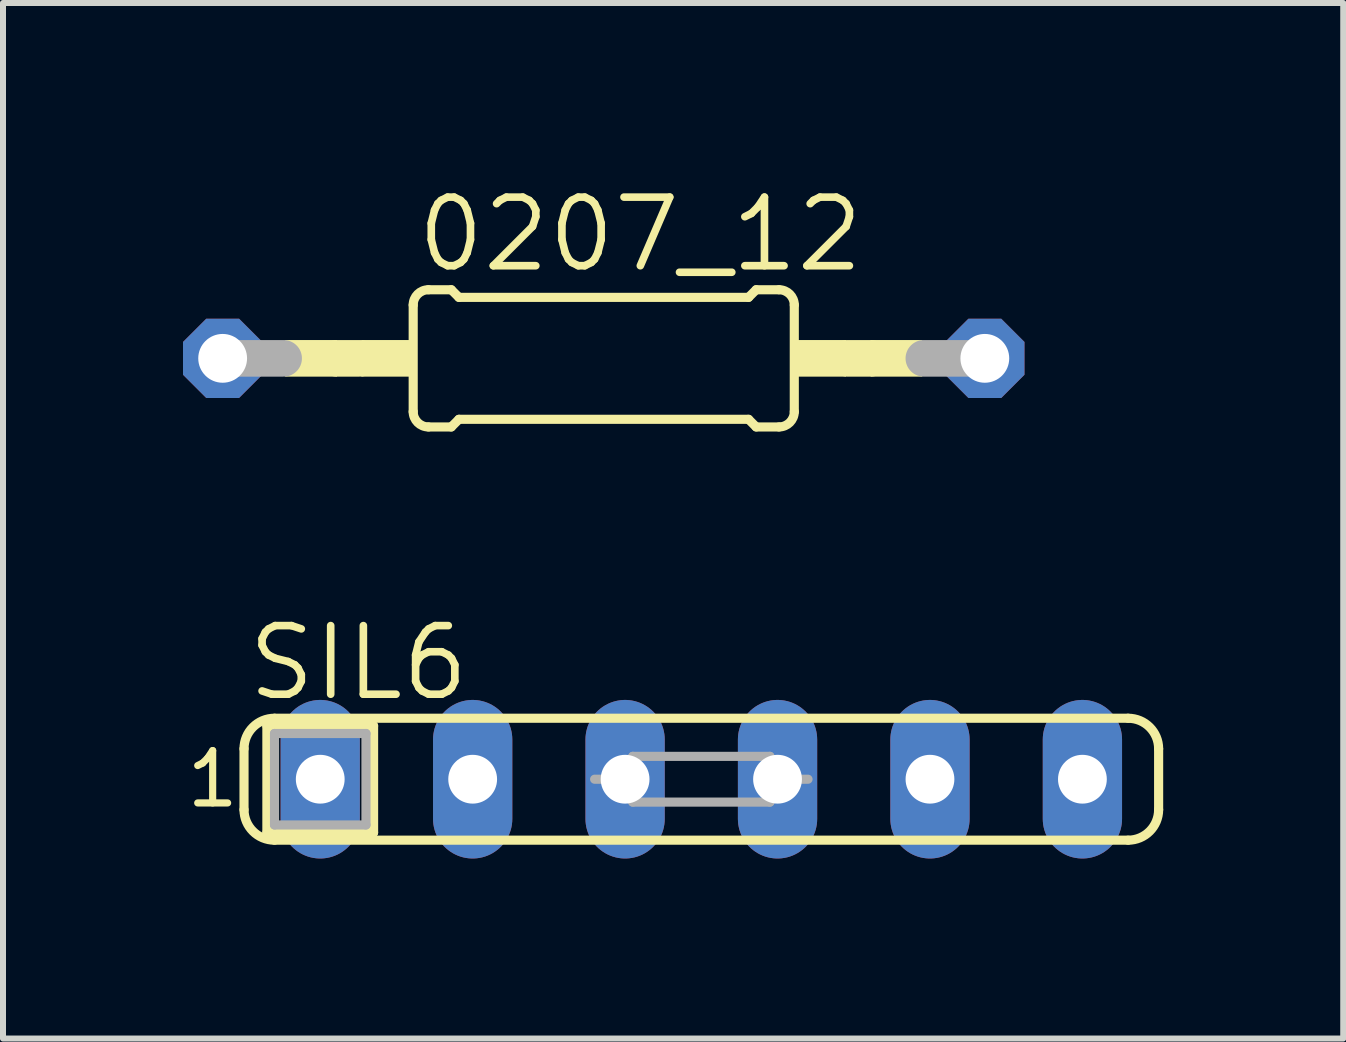
<source format=kicad_pcb>
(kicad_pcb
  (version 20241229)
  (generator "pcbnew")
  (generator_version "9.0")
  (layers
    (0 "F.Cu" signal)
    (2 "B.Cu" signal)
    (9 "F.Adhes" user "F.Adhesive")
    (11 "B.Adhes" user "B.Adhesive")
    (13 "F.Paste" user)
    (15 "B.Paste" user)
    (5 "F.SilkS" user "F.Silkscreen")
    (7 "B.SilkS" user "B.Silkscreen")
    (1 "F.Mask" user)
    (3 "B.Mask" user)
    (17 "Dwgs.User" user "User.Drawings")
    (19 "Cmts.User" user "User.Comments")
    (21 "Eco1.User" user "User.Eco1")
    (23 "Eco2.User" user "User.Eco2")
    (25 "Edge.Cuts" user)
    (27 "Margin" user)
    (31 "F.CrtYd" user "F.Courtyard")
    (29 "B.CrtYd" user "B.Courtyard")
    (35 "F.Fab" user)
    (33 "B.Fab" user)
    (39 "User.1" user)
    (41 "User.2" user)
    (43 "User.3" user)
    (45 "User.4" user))
  (footprint "SIL6"
    (layer "F.Cu")
    (at 8.636 9.934)
    (property "Reference" "SIL6" (at -7.62 -1.27 0) (layer "F.SilkS") (effects (font (size 1.143 1.143) (thickness 0.127)) (justify left bottom)))
    (fp_line (start -7.62 -0.508) (end -7.62 0.508) (stroke (width 0.152) (type solid)) (layer "F.SilkS"))
    (fp_line (start -7.239 -0.889) (end -7.239 0.889) (stroke (width 0.152) (type solid)) (layer "F.SilkS"))
    (fp_line (start -7.112 -1.016) (end 7.112 -1.016) (stroke (width 0.152) (type solid)) (layer "F.SilkS"))
    (fp_line (start -7.112 1.016) (end 7.112 1.016) (stroke (width 0.152) (type solid)) (layer "F.SilkS"))
    (fp_line (start -5.461 -0.889) (end -7.239 -0.889) (stroke (width 0.152) (type solid)) (layer "F.SilkS"))
    (fp_line (start -5.461 -0.889) (end -5.461 0.889) (stroke (width 0.152) (type solid)) (layer "F.SilkS"))
    (fp_line (start -5.461 0.889) (end -7.239 0.889) (stroke (width 0.152) (type solid)) (layer "F.SilkS"))
    (fp_line (start 7.62 -0.508) (end 7.62 0.508) (stroke (width 0.152) (type solid)) (layer "F.SilkS"))
    (fp_arc (start -7.62 -0.508) (mid -7.47121 -0.86721) (end -7.111999 -1.015999) (stroke (width 0.1524) (type solid)) (layer "F.SilkS"))
    (fp_arc (start -7.111999 1.015999) (mid -7.47121 0.86721) (end -7.62 0.508) (stroke (width 0.1524) (type solid)) (layer "F.SilkS"))
    (fp_arc (start 7.112 -1.016) (mid 7.471211 -0.86721) (end 7.620001 -0.507999) (stroke (width 0.1524) (type solid)) (layer "F.SilkS"))
    (fp_arc (start 7.620001 0.507999) (mid 7.471211 0.86721) (end 7.112 1.016) (stroke (width 0.1524) (type solid)) (layer "F.SilkS"))
    (fp_line (start -7.112 -0.762) (end -5.588 -0.762) (stroke (width 0.152) (type solid)) (layer "F.Fab"))
    (fp_line (start -7.112 0.762) (end -7.112 -0.762) (stroke (width 0.152) (type solid)) (layer "F.Fab"))
    (fp_line (start -5.588 -0.762) (end -5.588 0.762) (stroke (width 0.152) (type solid)) (layer "F.Fab"))
    (fp_line (start -5.588 0.762) (end -7.112 0.762) (stroke (width 0.152) (type solid)) (layer "F.Fab"))
    (fp_line (start -1.778 0) (end -1.143 0) (stroke (width 0.152) (type solid)) (layer "F.Fab"))
    (fp_line (start -1.143 -0.381) (end 1.143 -0.381) (stroke (width 0.152) (type solid)) (layer "F.Fab"))
    (fp_line (start -1.143 0) (end -1.143 -0.381) (stroke (width 0.152) (type solid)) (layer "F.Fab"))
    (fp_line (start -1.143 0.381) (end -1.143 0) (stroke (width 0.152) (type solid)) (layer "F.Fab"))
    (fp_line (start 1.143 -0.381) (end 1.143 0) (stroke (width 0.152) (type solid)) (layer "F.Fab"))
    (fp_line (start 1.143 0) (end 1.143 0.381) (stroke (width 0.152) (type solid)) (layer "F.Fab"))
    (fp_line (start 1.143 0.381) (end -1.143 0.381) (stroke (width 0.152) (type solid)) (layer "F.Fab"))
    (fp_line (start 1.778 0) (end 1.143 0) (stroke (width 0.152) (type solid)) (layer "F.Fab"))
    (fp_text user "1" (at -8.636 0.508 0) (layer "F.SilkS") (effects (font (size 0.872 0.872) (thickness 0.119)) (justify left bottom)))
    (pad "1" thru_hole oval (at -6.35 0 90) (size 2.642 1.321) (drill 0.813) (layers "*.Cu" "*.Mask"))
    (pad "2" thru_hole oval (at -3.81 0 90) (size 2.642 1.321) (drill 0.813) (layers "*.Cu" "*.Mask"))
    (pad "3" thru_hole oval (at -1.27 0 90) (size 2.642 1.321) (drill 0.813) (layers "*.Cu" "*.Mask"))
    (pad "4" thru_hole oval (at 1.27 0 90) (size 2.642 1.321) (drill 0.813) (layers "*.Cu" "*.Mask"))
    (pad "5" thru_hole oval (at 3.81 0 90) (size 2.642 1.321) (drill 0.813) (layers "*.Cu" "*.Mask"))
    (pad "6" thru_hole oval (at 6.35 0 90) (size 2.642 1.321) (drill 0.813) (layers "*.Cu" "*.Mask")))
  (footprint "0207_12"
    (layer "F.Cu")
    (at 7.01 2.921)
    (property "Reference" "0207_12" (at -3.175 -1.397 0) (layer "F.SilkS") (effects (font (size 1.143 1.143) (thickness 0.127)) (justify left bottom)))
    (fp_line (start -4.445 0) (end -4.064 0) (stroke (width 0.61) (type solid)) (layer "F.SilkS"))
    (fp_line (start -3.175 0.889) (end -3.175 -0.889) (stroke (width 0.152) (type solid)) (layer "F.SilkS"))
    (fp_line (start -2.921 -1.143) (end -2.54 -1.143) (stroke (width 0.152) (type solid)) (layer "F.SilkS"))
    (fp_line (start -2.921 1.143) (end -2.54 1.143) (stroke (width 0.152) (type solid)) (layer "F.SilkS"))
    (fp_line (start -2.413 -1.016) (end -2.54 -1.143) (stroke (width 0.152) (type solid)) (layer "F.SilkS"))
    (fp_line (start -2.413 1.016) (end -2.54 1.143) (stroke (width 0.152) (type solid)) (layer "F.SilkS"))
    (fp_line (start 2.413 -1.016) (end -2.413 -1.016) (stroke (width 0.152) (type solid)) (layer "F.SilkS"))
    (fp_line (start 2.413 -1.016) (end 2.54 -1.143) (stroke (width 0.152) (type solid)) (layer "F.SilkS"))
    (fp_line (start 2.413 1.016) (end -2.413 1.016) (stroke (width 0.152) (type solid)) (layer "F.SilkS"))
    (fp_line (start 2.413 1.016) (end 2.54 1.143) (stroke (width 0.152) (type solid)) (layer "F.SilkS"))
    (fp_line (start 2.921 -1.143) (end 2.54 -1.143) (stroke (width 0.152) (type solid)) (layer "F.SilkS"))
    (fp_line (start 2.921 1.143) (end 2.54 1.143) (stroke (width 0.152) (type solid)) (layer "F.SilkS"))
    (fp_line (start 3.175 0.889) (end 3.175 -0.889) (stroke (width 0.152) (type solid)) (layer "F.SilkS"))
    (fp_line (start 4.445 0) (end 4.064 0) (stroke (width 0.61) (type solid)) (layer "F.SilkS"))
    (fp_arc (start -3.175 -0.889) (mid -3.100605 -1.068605) (end -2.921 -1.143) (stroke (width 0.1524) (type solid)) (layer "F.SilkS"))
    (fp_arc (start -2.921 1.143) (mid -3.100605 1.068605) (end -3.175 0.889) (stroke (width 0.1524) (type solid)) (layer "F.SilkS"))
    (fp_arc (start 2.921 -1.143) (mid 3.100605 -1.068605) (end 3.175 -0.889) (stroke (width 0.1524) (type solid)) (layer "F.SilkS"))
    (fp_arc (start 3.175 0.889) (mid 3.100605 1.068605) (end 2.921 1.143) (stroke (width 0.1524) (type solid)) (layer "F.SilkS"))
    (fp_poly (pts (xy -5.309 0.305) (xy -4.445 0.305) (xy -4.445 -0.305) (xy -5.309 -0.305)) (stroke (width 0) (type default)) (fill yes) (layer "F.SilkS"))
    (fp_poly (pts (xy -4.039 0.305) (xy -3.175 0.305) (xy -3.175 -0.305) (xy -4.039 -0.305)) (stroke (width 0) (type default)) (fill yes) (layer "F.SilkS"))
    (fp_poly (pts (xy 3.175 0.305) (xy 4.039 0.305) (xy 4.039 -0.305) (xy 3.175 -0.305)) (stroke (width 0) (type default)) (fill yes) (layer "F.SilkS"))
    (fp_poly (pts (xy 4.445 0.305) (xy 5.309 0.305) (xy 5.309 -0.305) (xy 4.445 -0.305)) (stroke (width 0) (type default)) (fill yes) (layer "F.SilkS"))
    (fp_line (start -6.35 0) (end -5.334 0) (stroke (width 0.61) (type solid)) (layer "F.Fab"))
    (fp_line (start 6.35 0) (end 5.334 0) (stroke (width 0.61) (type solid)) (layer "F.Fab"))
    (pad "1" thru_hole roundrect (at -6.35 0) (size 1.321 1.321) (drill 0.813) (layers "*.Cu" "*.Mask") (roundrect_rratio 0.25) (chamfer_ratio 0.293) (chamfer top_left top_right bottom_left bottom_right))
    (pad "2" thru_hole roundrect (at 6.35 0) (size 1.321 1.321) (drill 0.813) (layers "*.Cu" "*.Mask") (roundrect_rratio 0.25) (chamfer_ratio 0.293) (chamfer top_left top_right bottom_left bottom_right)))
  (gr_rect
    (start -3 -3)
    (end 19.332 14.255)
    (stroke (width 0.1) (type default))
    (fill no)
    (layer "Edge.Cuts")))
</source>
